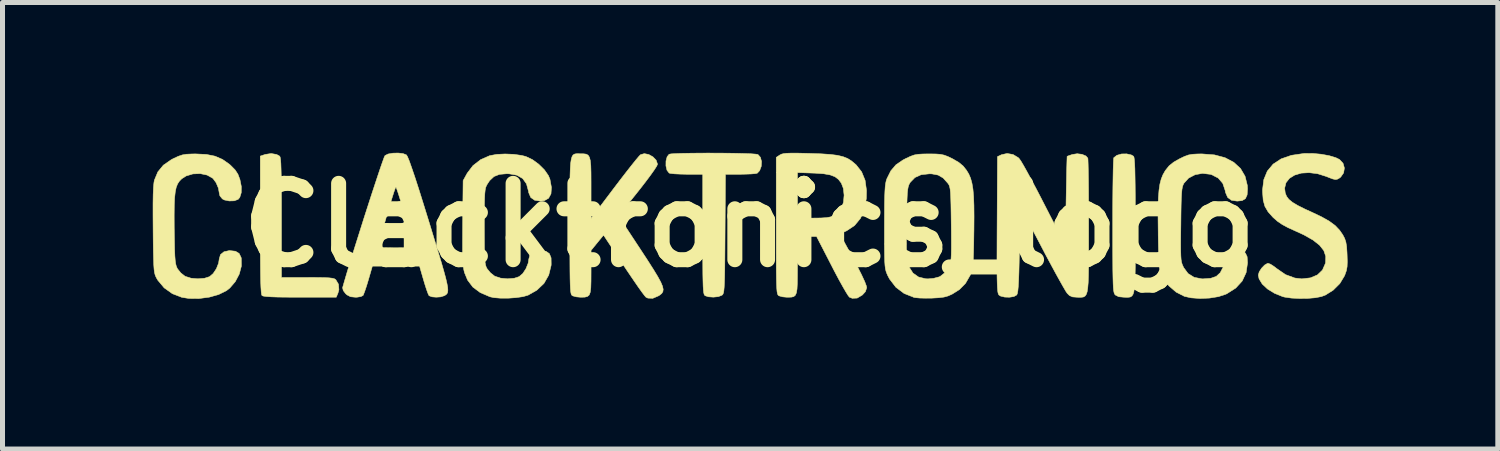
<source format=kicad_pcb>
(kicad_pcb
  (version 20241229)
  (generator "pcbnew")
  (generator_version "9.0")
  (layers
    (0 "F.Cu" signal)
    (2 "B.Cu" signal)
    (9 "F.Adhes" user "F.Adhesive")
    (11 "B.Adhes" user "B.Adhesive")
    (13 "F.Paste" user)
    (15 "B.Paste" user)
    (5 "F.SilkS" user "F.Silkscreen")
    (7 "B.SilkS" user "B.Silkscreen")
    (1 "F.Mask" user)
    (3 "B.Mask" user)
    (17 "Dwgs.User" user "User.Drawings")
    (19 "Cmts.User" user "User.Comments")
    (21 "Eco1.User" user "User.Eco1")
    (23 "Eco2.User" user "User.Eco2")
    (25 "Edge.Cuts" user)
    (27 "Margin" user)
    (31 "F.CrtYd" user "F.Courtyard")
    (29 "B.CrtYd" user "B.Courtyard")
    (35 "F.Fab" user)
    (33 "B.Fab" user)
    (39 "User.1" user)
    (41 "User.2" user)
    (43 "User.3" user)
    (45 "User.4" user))
  (footprint "Clacktronics_logo"
    (layer "F.Cu")
    (at 11.911 1.445)
    (property "Reference" "Clacktronics_logo" (at 0 0 0) (layer "F.SilkS") (effects (font (size 1.524 1.524) (thickness 0.3))))
    (attr through_hole)
    (fp_poly (pts (xy -9.438 -1.411) (xy -9.377 -1.377) (xy -9.368 -1.357) (xy -9.36 -1.311) (xy -9.354 -1.234) (xy -9.35 -1.123) (xy -9.346 -0.973) (xy -9.344 -0.78) (xy -9.342 -0.54) (xy -9.342 -0.249) (xy -9.342 -0.152) (xy -9.342 1.044) (xy -8.821 1.044) (xy -8.632 1.045) (xy -8.491 1.047) (xy -8.391 1.052) (xy -8.324 1.06) (xy -8.282 1.072) (xy -8.258 1.088) (xy -8.257 1.089) (xy -8.203 1.18) (xy -8.195 1.29) (xy -8.213 1.355) (xy -8.248 1.439) (xy -8.972 1.439) (xy -9.216 1.438) (xy -9.408 1.436) (xy -9.551 1.431) (xy -9.65 1.424) (xy -9.709 1.415) (xy -9.731 1.405) (xy -9.739 1.382) (xy -9.746 1.329) (xy -9.752 1.241) (xy -9.757 1.116) (xy -9.76 0.95) (xy -9.762 0.74) (xy -9.764 0.482) (xy -9.765 0.173) (xy -9.765 -0.003) (xy -9.765 -1.379) (xy -9.665 -1.412) (xy -9.548 -1.43) (xy -9.438 -1.411)) (stroke (width 0.01) (type solid)) (fill yes) (layer "F.SilkS"))
    (fp_poly (pts (xy 7.627 -1.401) (xy 7.669 -1.376) (xy 7.678 -1.357) (xy 7.685 -1.312) (xy 7.691 -1.237) (xy 7.696 -1.128) (xy 7.699 -0.981) (xy 7.702 -0.793) (xy 7.704 -0.56) (xy 7.704 -0.277) (xy 7.705 0.001) (xy 7.705 0.323) (xy 7.705 0.594) (xy 7.704 0.816) (xy 7.701 0.996) (xy 7.696 1.138) (xy 7.688 1.246) (xy 7.676 1.325) (xy 7.66 1.379) (xy 7.638 1.413) (xy 7.611 1.432) (xy 7.577 1.439) (xy 7.536 1.44) (xy 7.487 1.439) (xy 7.481 1.439) (xy 7.374 1.429) (xy 7.307 1.395) (xy 7.3 1.388) (xy 7.289 1.371) (xy 7.28 1.345) (xy 7.272 1.305) (xy 7.266 1.245) (xy 7.262 1.16) (xy 7.259 1.047) (xy 7.256 0.899) (xy 7.255 0.713) (xy 7.254 0.483) (xy 7.254 0.204) (xy 7.254 0.012) (xy 7.254 -0.257) (xy 7.255 -0.509) (xy 7.257 -0.738) (xy 7.26 -0.939) (xy 7.263 -1.106) (xy 7.267 -1.233) (xy 7.271 -1.315) (xy 7.275 -1.346) (xy 7.336 -1.394) (xy 7.428 -1.421) (xy 7.532 -1.423) (xy 7.627 -1.401)) (stroke (width 0.01) (type solid)) (fill yes) (layer "F.SilkS"))
    (fp_poly (pts (xy -0.626 -1.438) (xy -0.434 -1.437) (xy -0.254 -1.434) (xy -0.095 -1.43) (xy 0.035 -1.425) (xy 0.125 -1.418) (xy 0.169 -1.411) (xy 0.17 -1.411) (xy 0.22 -1.355) (xy 0.243 -1.27) (xy 0.237 -1.175) (xy 0.205 -1.089) (xy 0.158 -1.038) (xy 0.118 -1.029) (xy 0.035 -1.022) (xy -0.078 -1.018) (xy -0.175 -1.016) (xy -0.478 -1.016) (xy -0.486 0.172) (xy -0.488 0.462) (xy -0.49 0.701) (xy -0.492 0.894) (xy -0.495 1.046) (xy -0.499 1.162) (xy -0.504 1.248) (xy -0.51 1.309) (xy -0.517 1.349) (xy -0.527 1.375) (xy -0.538 1.391) (xy -0.549 1.399) (xy -0.62 1.427) (xy -0.719 1.437) (xy -0.817 1.43) (xy -0.882 1.409) (xy -0.894 1.399) (xy -0.904 1.38) (xy -0.912 1.347) (xy -0.918 1.296) (xy -0.923 1.222) (xy -0.926 1.118) (xy -0.929 0.98) (xy -0.93 0.804) (xy -0.931 0.583) (xy -0.931 0.313) (xy -0.931 0.182) (xy -0.931 -1.016) (xy -1.249 -1.016) (xy -1.38 -1.019) (xy -1.491 -1.024) (xy -1.57 -1.032) (xy -1.602 -1.04) (xy -1.645 -1.096) (xy -1.666 -1.184) (xy -1.665 -1.281) (xy -1.642 -1.366) (xy -1.603 -1.415) (xy -1.564 -1.423) (xy -1.477 -1.428) (xy -1.35 -1.433) (xy -1.194 -1.436) (xy -1.015 -1.438) (xy -0.823 -1.439) (xy -0.626 -1.438)) (stroke (width 0.01) (type solid)) (fill yes) (layer "F.SilkS"))
    (fp_poly (pts (xy 5.264 -1.41) (xy 5.369 -1.347) (xy 5.388 -1.327) (xy 5.419 -1.283) (xy 5.471 -1.196) (xy 5.541 -1.071) (xy 5.625 -0.916) (xy 5.721 -0.737) (xy 5.823 -0.541) (xy 5.884 -0.422) (xy 6.308 0.404) (xy 6.323 -0.482) (xy 6.327 -0.7) (xy 6.331 -0.898) (xy 6.334 -1.071) (xy 6.338 -1.211) (xy 6.341 -1.311) (xy 6.343 -1.366) (xy 6.344 -1.374) (xy 6.372 -1.385) (xy 6.433 -1.406) (xy 6.449 -1.411) (xy 6.544 -1.426) (xy 6.641 -1.414) (xy 6.719 -1.381) (xy 6.757 -1.337) (xy 6.76 -1.301) (xy 6.763 -1.214) (xy 6.766 -1.082) (xy 6.769 -0.911) (xy 6.771 -0.706) (xy 6.772 -0.474) (xy 6.773 -0.221) (xy 6.773 0.026) (xy 6.773 0.345) (xy 6.773 0.612) (xy 6.772 0.832) (xy 6.769 1.009) (xy 6.764 1.149) (xy 6.755 1.254) (xy 6.743 1.331) (xy 6.725 1.383) (xy 6.702 1.415) (xy 6.673 1.433) (xy 6.637 1.439) (xy 6.593 1.44) (xy 6.541 1.439) (xy 6.45 1.432) (xy 6.39 1.405) (xy 6.344 1.359) (xy 6.315 1.316) (xy 6.264 1.228) (xy 6.194 1.104) (xy 6.108 0.949) (xy 6.012 0.771) (xy 5.907 0.576) (xy 5.841 0.449) (xy 5.405 -0.381) (xy 5.39 0.483) (xy 5.386 0.74) (xy 5.381 0.946) (xy 5.375 1.106) (xy 5.368 1.226) (xy 5.36 1.309) (xy 5.35 1.363) (xy 5.339 1.391) (xy 5.338 1.393) (xy 5.281 1.425) (xy 5.193 1.439) (xy 5.097 1.436) (xy 5.015 1.416) (xy 4.983 1.395) (xy 4.973 1.38) (xy 4.964 1.353) (xy 4.957 1.311) (xy 4.952 1.249) (xy 4.948 1.161) (xy 4.945 1.044) (xy 4.944 0.891) (xy 4.943 0.699) (xy 4.944 0.463) (xy 4.945 0.178) (xy 4.946 -0.009) (xy 4.953 -1.368) (xy 5.033 -1.406) (xy 5.146 -1.431) (xy 5.264 -1.41)) (stroke (width 0.01) (type solid)) (fill yes) (layer "F.SilkS"))
    (fp_poly (pts (xy -2.01 -1.411) (xy -1.926 -1.364) (xy -1.862 -1.298) (xy -1.835 -1.221) (xy -1.834 -1.216) (xy -1.851 -1.178) (xy -1.899 -1.103) (xy -1.972 -1) (xy -2.066 -0.874) (xy -2.175 -0.733) (xy -2.224 -0.671) (xy -2.614 -0.183) (xy -2.168 0.494) (xy -2.026 0.711) (xy -1.914 0.887) (xy -1.829 1.027) (xy -1.77 1.135) (xy -1.735 1.218) (xy -1.721 1.28) (xy -1.727 1.327) (xy -1.75 1.364) (xy -1.79 1.396) (xy -1.813 1.411) (xy -1.927 1.46) (xy -2.025 1.457) (xy -2.063 1.44) (xy -2.09 1.41) (xy -2.144 1.339) (xy -2.219 1.234) (xy -2.31 1.102) (xy -2.414 0.949) (xy -2.51 0.806) (xy -2.912 0.199) (xy -3.037 0.352) (xy -3.161 0.504) (xy -3.161 0.943) (xy -3.162 1.121) (xy -3.166 1.25) (xy -3.177 1.339) (xy -3.198 1.394) (xy -3.233 1.424) (xy -3.285 1.437) (xy -3.357 1.439) (xy -3.373 1.439) (xy -3.458 1.431) (xy -3.526 1.412) (xy -3.53 1.41) (xy -3.542 1.402) (xy -3.553 1.388) (xy -3.561 1.363) (xy -3.568 1.324) (xy -3.573 1.265) (xy -3.577 1.181) (xy -3.58 1.067) (xy -3.582 0.919) (xy -3.583 0.733) (xy -3.584 0.502) (xy -3.584 0.223) (xy -3.584 0.017) (xy -3.584 -0.306) (xy -3.584 -0.577) (xy -3.583 -0.8) (xy -3.581 -0.98) (xy -3.576 -1.122) (xy -3.569 -1.231) (xy -3.557 -1.31) (xy -3.542 -1.364) (xy -3.522 -1.399) (xy -3.496 -1.417) (xy -3.464 -1.425) (xy -3.426 -1.426) (xy -3.379 -1.425) (xy -3.373 -1.425) (xy -3.306 -1.424) (xy -3.256 -1.417) (xy -3.219 -1.396) (xy -3.193 -1.355) (xy -3.176 -1.289) (xy -3.166 -1.189) (xy -3.162 -1.049) (xy -3.161 -0.864) (xy -3.161 -0.741) (xy -3.161 -0.134) (xy -2.694 -0.752) (xy -2.569 -0.916) (xy -2.453 -1.066) (xy -2.35 -1.197) (xy -2.266 -1.302) (xy -2.205 -1.374) (xy -2.173 -1.407) (xy -2.172 -1.407) (xy -2.098 -1.428) (xy -2.01 -1.411)) (stroke (width 0.01) (type solid)) (fill yes) (layer "F.SilkS"))
    (fp_poly (pts (xy -4.702 -1.414) (xy -4.543 -1.391) (xy -4.462 -1.37) (xy -4.331 -1.308) (xy -4.204 -1.215) (xy -4.092 -1.104) (xy -4.012 -0.989) (xy -3.982 -0.917) (xy -3.952 -0.753) (xy -3.961 -0.625) (xy -4.009 -0.537) (xy -4.095 -0.489) (xy -4.171 -0.48) (xy -4.288 -0.498) (xy -4.365 -0.553) (xy -4.406 -0.65) (xy -4.41 -0.677) (xy -4.45 -0.825) (xy -4.526 -0.931) (xy -4.641 -0.997) (xy -4.796 -1.025) (xy -4.844 -1.027) (xy -4.99 -1.014) (xy -5.099 -0.971) (xy -5.186 -0.889) (xy -5.235 -0.815) (xy -5.252 -0.783) (xy -5.266 -0.747) (xy -5.275 -0.698) (xy -5.282 -0.631) (xy -5.287 -0.539) (xy -5.29 -0.413) (xy -5.291 -0.247) (xy -5.292 -0.033) (xy -5.292 0.028) (xy -5.291 0.255) (xy -5.29 0.432) (xy -5.288 0.567) (xy -5.284 0.668) (xy -5.277 0.74) (xy -5.268 0.792) (xy -5.256 0.831) (xy -5.24 0.864) (xy -5.235 0.872) (xy -5.17 0.951) (xy -5.088 1.016) (xy -5.08 1.02) (xy -4.966 1.058) (xy -4.829 1.071) (xy -4.694 1.06) (xy -4.597 1.028) (xy -4.524 0.966) (xy -4.46 0.868) (xy -4.416 0.758) (xy -4.403 0.675) (xy -4.379 0.587) (xy -4.309 0.532) (xy -4.194 0.509) (xy -4.168 0.508) (xy -4.061 0.522) (xy -3.993 0.569) (xy -3.959 0.653) (xy -3.957 0.78) (xy -3.959 0.807) (xy -4.006 0.997) (xy -4.101 1.163) (xy -4.244 1.299) (xy -4.419 1.398) (xy -4.52 1.427) (xy -4.658 1.447) (xy -4.814 1.458) (xy -4.968 1.458) (xy -5.101 1.447) (xy -5.179 1.43) (xy -5.374 1.346) (xy -5.521 1.236) (xy -5.626 1.097) (xy -5.688 0.947) (xy -5.701 0.893) (xy -5.711 0.828) (xy -5.718 0.746) (xy -5.723 0.638) (xy -5.726 0.5) (xy -5.726 0.322) (xy -5.725 0.099) (xy -5.724 -0.048) (xy -5.715 -0.889) (xy -5.633 -1.038) (xy -5.519 -1.188) (xy -5.365 -1.308) (xy -5.185 -1.387) (xy -5.18 -1.388) (xy -5.044 -1.413) (xy -4.877 -1.421) (xy -4.702 -1.414)) (stroke (width 0.01) (type solid)) (fill yes) (layer "F.SilkS"))
    (fp_poly (pts (xy 0.958 -1.438) (xy 1.128 -1.434) (xy 1.207 -1.432) (xy 1.435 -1.424) (xy 1.616 -1.412) (xy 1.758 -1.394) (xy 1.87 -1.367) (xy 1.961 -1.331) (xy 2.04 -1.281) (xy 2.116 -1.217) (xy 2.132 -1.203) (xy 2.241 -1.064) (xy 2.31 -0.896) (xy 2.338 -0.694) (xy 2.335 -0.535) (xy 2.298 -0.318) (xy 2.218 -0.136) (xy 2.099 0.008) (xy 1.941 0.113) (xy 1.91 0.127) (xy 1.803 0.172) (xy 1.899 0.347) (xy 2.039 0.602) (xy 2.153 0.819) (xy 2.241 0.994) (xy 2.303 1.128) (xy 2.336 1.216) (xy 2.342 1.249) (xy 2.316 1.328) (xy 2.256 1.394) (xy 2.152 1.456) (xy 2.053 1.46) (xy 1.998 1.438) (xy 1.972 1.406) (xy 1.925 1.331) (xy 1.861 1.22) (xy 1.784 1.081) (xy 1.699 0.921) (xy 1.646 0.818) (xy 1.341 0.226) (xy 1.15 0.226) (xy 0.96 0.226) (xy 0.96 0.803) (xy 0.959 1.008) (xy 0.957 1.164) (xy 0.951 1.276) (xy 0.938 1.353) (xy 0.916 1.401) (xy 0.883 1.427) (xy 0.837 1.437) (xy 0.775 1.439) (xy 0.748 1.439) (xy 0.663 1.431) (xy 0.595 1.412) (xy 0.591 1.41) (xy 0.578 1.402) (xy 0.568 1.388) (xy 0.559 1.363) (xy 0.552 1.324) (xy 0.547 1.265) (xy 0.543 1.181) (xy 0.54 1.068) (xy 0.538 0.92) (xy 0.537 0.733) (xy 0.536 0.503) (xy 0.536 0.224) (xy 0.536 0.014) (xy 0.536 -0.141) (xy 0.96 -0.141) (xy 1.277 -0.141) (xy 1.43 -0.143) (xy 1.539 -0.15) (xy 1.617 -0.164) (xy 1.677 -0.185) (xy 1.692 -0.193) (xy 1.772 -0.254) (xy 1.836 -0.335) (xy 1.839 -0.34) (xy 1.879 -0.459) (xy 1.891 -0.598) (xy 1.876 -0.734) (xy 1.836 -0.838) (xy 1.779 -0.913) (xy 1.708 -0.967) (xy 1.613 -1.003) (xy 1.483 -1.026) (xy 1.309 -1.038) (xy 1.277 -1.039) (xy 0.96 -1.05) (xy 0.96 -0.141) (xy 0.536 -0.141) (xy 0.536 -1.353) (xy 0.607 -1.4) (xy 0.639 -1.417) (xy 0.682 -1.428) (xy 0.743 -1.435) (xy 0.832 -1.438) (xy 0.958 -1.438)) (stroke (width 0.01) (type solid)) (fill yes) (layer "F.SilkS"))
    (fp_poly (pts (xy 11.415 -1.416) (xy 11.575 -1.387) (xy 11.708 -1.347) (xy 11.781 -1.311) (xy 11.852 -1.235) (xy 11.879 -1.14) (xy 11.863 -1.043) (xy 11.805 -0.96) (xy 11.781 -0.941) (xy 11.74 -0.918) (xy 11.701 -0.911) (xy 11.648 -0.922) (xy 11.565 -0.953) (xy 11.522 -0.971) (xy 11.344 -1.027) (xy 11.175 -1.048) (xy 11.02 -1.039) (xy 10.887 -1) (xy 10.782 -0.935) (xy 10.713 -0.847) (xy 10.686 -0.739) (xy 10.698 -0.642) (xy 10.725 -0.575) (xy 10.77 -0.515) (xy 10.842 -0.456) (xy 10.947 -0.393) (xy 11.093 -0.32) (xy 11.223 -0.261) (xy 11.423 -0.166) (xy 11.577 -0.079) (xy 11.695 0.008) (xy 11.784 0.102) (xy 11.846 0.192) (xy 11.884 0.264) (xy 11.908 0.336) (xy 11.923 0.424) (xy 11.931 0.547) (xy 11.933 0.594) (xy 11.937 0.73) (xy 11.933 0.829) (xy 11.919 0.907) (xy 11.892 0.984) (xy 11.881 1.012) (xy 11.787 1.167) (xy 11.654 1.299) (xy 11.499 1.396) (xy 11.421 1.425) (xy 11.3 1.449) (xy 11.147 1.462) (xy 10.981 1.464) (xy 10.821 1.456) (xy 10.689 1.437) (xy 10.648 1.427) (xy 10.483 1.36) (xy 10.344 1.274) (xy 10.239 1.176) (xy 10.176 1.073) (xy 10.16 0.997) (xy 10.179 0.932) (xy 10.226 0.859) (xy 10.286 0.797) (xy 10.343 0.764) (xy 10.355 0.762) (xy 10.403 0.779) (xy 10.473 0.824) (xy 10.52 0.861) (xy 10.702 0.987) (xy 10.89 1.056) (xy 11.029 1.072) (xy 11.202 1.052) (xy 11.341 0.993) (xy 11.441 0.897) (xy 11.498 0.767) (xy 11.503 0.747) (xy 11.507 0.623) (xy 11.468 0.508) (xy 11.384 0.401) (xy 11.252 0.297) (xy 11.068 0.193) (xy 10.911 0.121) (xy 10.754 0.05) (xy 10.636 -0.014) (xy 10.542 -0.078) (xy 10.458 -0.152) (xy 10.452 -0.158) (xy 10.355 -0.267) (xy 10.292 -0.375) (xy 10.258 -0.498) (xy 10.246 -0.655) (xy 10.245 -0.706) (xy 10.27 -0.908) (xy 10.34 -1.079) (xy 10.456 -1.218) (xy 10.616 -1.323) (xy 10.82 -1.394) (xy 11.065 -1.43) (xy 11.077 -1.431) (xy 11.244 -1.432) (xy 11.415 -1.416)) (stroke (width 0.01) (type solid)) (fill yes) (layer "F.SilkS"))
    (fp_poly (pts (xy 9.284 -1.403) (xy 9.495 -1.347) (xy 9.67 -1.255) (xy 9.805 -1.131) (xy 9.896 -0.976) (xy 9.941 -0.794) (xy 9.945 -0.724) (xy 9.937 -0.604) (xy 9.903 -0.529) (xy 9.837 -0.49) (xy 9.738 -0.48) (xy 9.624 -0.497) (xy 9.549 -0.553) (xy 9.506 -0.652) (xy 9.498 -0.695) (xy 9.451 -0.834) (xy 9.36 -0.94) (xy 9.228 -1.008) (xy 9.204 -1.015) (xy 9.046 -1.034) (xy 8.897 -1.007) (xy 8.769 -0.94) (xy 8.675 -0.836) (xy 8.659 -0.804) (xy 8.646 -0.765) (xy 8.636 -0.711) (xy 8.629 -0.636) (xy 8.623 -0.531) (xy 8.619 -0.391) (xy 8.616 -0.207) (xy 8.614 -0.014) (xy 8.611 0.209) (xy 8.61 0.383) (xy 8.611 0.515) (xy 8.614 0.614) (xy 8.619 0.686) (xy 8.628 0.74) (xy 8.641 0.783) (xy 8.658 0.821) (xy 8.67 0.847) (xy 8.759 0.967) (xy 8.88 1.042) (xy 9.034 1.072) (xy 9.062 1.072) (xy 9.211 1.061) (xy 9.321 1.023) (xy 9.401 0.949) (xy 9.461 0.832) (xy 9.497 0.715) (xy 9.529 0.609) (xy 9.565 0.547) (xy 9.618 0.517) (xy 9.701 0.509) (xy 9.724 0.508) (xy 9.834 0.519) (xy 9.902 0.556) (xy 9.937 0.63) (xy 9.945 0.747) (xy 9.945 0.754) (xy 9.917 0.948) (xy 9.839 1.115) (xy 9.711 1.255) (xy 9.534 1.368) (xy 9.511 1.379) (xy 9.365 1.427) (xy 9.186 1.456) (xy 8.997 1.464) (xy 8.818 1.451) (xy 8.684 1.421) (xy 8.52 1.337) (xy 8.374 1.211) (xy 8.263 1.058) (xy 8.239 1.01) (xy 8.218 0.961) (xy 8.202 0.913) (xy 8.19 0.857) (xy 8.181 0.786) (xy 8.175 0.691) (xy 8.17 0.566) (xy 8.166 0.401) (xy 8.162 0.188) (xy 8.162 0.15) (xy 8.159 -0.13) (xy 8.16 -0.36) (xy 8.166 -0.548) (xy 8.178 -0.699) (xy 8.196 -0.821) (xy 8.222 -0.921) (xy 8.256 -1.006) (xy 8.299 -1.082) (xy 8.307 -1.094) (xy 8.38 -1.185) (xy 8.471 -1.258) (xy 8.587 -1.324) (xy 8.684 -1.371) (xy 8.762 -1.4) (xy 8.843 -1.415) (xy 8.947 -1.421) (xy 9.038 -1.422) (xy 9.284 -1.403)) (stroke (width 0.01) (type solid)) (fill yes) (layer "F.SilkS"))
    (fp_poly (pts (xy -10.841 -1.412) (xy -10.668 -1.377) (xy -10.52 -1.313) (xy -10.383 -1.217) (xy -10.358 -1.195) (xy -10.268 -1.104) (xy -10.211 -1.017) (xy -10.171 -0.911) (xy -10.171 -0.911) (xy -10.143 -0.77) (xy -10.145 -0.647) (xy -10.174 -0.554) (xy -10.207 -0.515) (xy -10.285 -0.486) (xy -10.385 -0.483) (xy -10.481 -0.503) (xy -10.521 -0.524) (xy -10.571 -0.585) (xy -10.583 -0.638) (xy -10.601 -0.74) (xy -10.647 -0.848) (xy -10.708 -0.931) (xy -10.713 -0.936) (xy -10.826 -1) (xy -10.964 -1.029) (xy -11.11 -1.023) (xy -11.246 -0.982) (xy -11.333 -0.926) (xy -11.379 -0.879) (xy -11.415 -0.825) (xy -11.443 -0.755) (xy -11.462 -0.664) (xy -11.475 -0.545) (xy -11.482 -0.392) (xy -11.484 -0.196) (xy -11.483 0.047) (xy -11.482 0.113) (xy -11.478 0.326) (xy -11.475 0.49) (xy -11.47 0.614) (xy -11.463 0.704) (xy -11.454 0.769) (xy -11.442 0.817) (xy -11.426 0.855) (xy -11.415 0.875) (xy -11.351 0.954) (xy -11.27 1.018) (xy -11.26 1.023) (xy -11.147 1.059) (xy -11.011 1.071) (xy -10.877 1.06) (xy -10.777 1.028) (xy -10.705 0.966) (xy -10.64 0.868) (xy -10.597 0.758) (xy -10.584 0.675) (xy -10.559 0.588) (xy -10.489 0.531) (xy -10.384 0.508) (xy -10.375 0.508) (xy -10.26 0.521) (xy -10.187 0.565) (xy -10.148 0.644) (xy -10.144 0.664) (xy -10.142 0.817) (xy -10.184 0.976) (xy -10.264 1.128) (xy -10.374 1.256) (xy -10.44 1.308) (xy -10.596 1.385) (xy -10.785 1.438) (xy -10.99 1.465) (xy -11.192 1.463) (xy -11.331 1.441) (xy -11.52 1.368) (xy -11.684 1.251) (xy -11.811 1.099) (xy -11.835 1.058) (xy -11.852 1.024) (xy -11.866 0.987) (xy -11.877 0.941) (xy -11.885 0.88) (xy -11.891 0.796) (xy -11.895 0.683) (xy -11.899 0.534) (xy -11.902 0.342) (xy -11.904 0.101) (xy -11.904 0.085) (xy -11.906 -0.201) (xy -11.906 -0.433) (xy -11.903 -0.616) (xy -11.897 -0.753) (xy -11.888 -0.848) (xy -11.879 -0.897) (xy -11.81 -1.063) (xy -11.7 -1.197) (xy -11.543 -1.306) (xy -11.5 -1.329) (xy -11.403 -1.374) (xy -11.322 -1.402) (xy -11.238 -1.416) (xy -11.129 -1.421) (xy -11.054 -1.422) (xy -10.841 -1.412)) (stroke (width 0.01) (type solid)) (fill yes) (layer "F.SilkS"))
    (fp_poly (pts (xy -6.915 -1.429) (xy -6.846 -1.402) (xy -6.825 -1.366) (xy -6.789 -1.279) (xy -6.74 -1.14) (xy -6.675 -0.949) (xy -6.596 -0.705) (xy -6.503 -0.408) (xy -6.394 -0.057) (xy -6.39 -0.044) (xy -6.296 0.264) (xy -6.217 0.524) (xy -6.152 0.738) (xy -6.102 0.912) (xy -6.064 1.051) (xy -6.039 1.158) (xy -6.024 1.239) (xy -6.02 1.298) (xy -6.024 1.339) (xy -6.037 1.368) (xy -6.057 1.388) (xy -6.084 1.405) (xy -6.095 1.41) (xy -6.165 1.432) (xy -6.253 1.438) (xy -6.336 1.431) (xy -6.392 1.41) (xy -6.398 1.404) (xy -6.417 1.363) (xy -6.447 1.281) (xy -6.482 1.172) (xy -6.505 1.094) (xy -6.585 0.818) (xy -7.527 0.818) (xy -7.607 1.094) (xy -7.643 1.213) (xy -7.677 1.314) (xy -7.703 1.383) (xy -7.713 1.404) (xy -7.756 1.426) (xy -7.831 1.438) (xy -7.865 1.439) (xy -7.963 1.429) (xy -8.035 1.391) (xy -8.062 1.367) (xy -8.108 1.305) (xy -8.121 1.251) (xy -8.121 1.247) (xy -8.085 1.121) (xy -8.038 0.961) (xy -7.981 0.773) (xy -7.916 0.563) (xy -7.872 0.422) (xy -7.413 0.422) (xy -7.399 0.436) (xy -7.359 0.445) (xy -7.287 0.449) (xy -7.172 0.451) (xy -7.054 0.452) (xy -6.897 0.45) (xy -6.789 0.446) (xy -6.725 0.438) (xy -6.697 0.426) (xy -6.696 0.416) (xy -6.707 0.38) (xy -6.732 0.297) (xy -6.767 0.178) (xy -6.811 0.03) (xy -6.86 -0.138) (xy -6.875 -0.19) (xy -6.925 -0.36) (xy -6.971 -0.51) (xy -7.009 -0.631) (xy -7.038 -0.717) (xy -7.055 -0.759) (xy -7.058 -0.762) (xy -7.07 -0.736) (xy -7.096 -0.664) (xy -7.131 -0.554) (xy -7.174 -0.413) (xy -7.223 -0.25) (xy -7.236 -0.205) (xy -7.285 -0.034) (xy -7.33 0.121) (xy -7.368 0.251) (xy -7.395 0.346) (xy -7.41 0.398) (xy -7.412 0.402) (xy -7.413 0.422) (xy -7.872 0.422) (xy -7.845 0.337) (xy -7.771 0.102) (xy -7.696 -0.136) (xy -7.62 -0.371) (xy -7.548 -0.595) (xy -7.479 -0.804) (xy -7.417 -0.991) (xy -7.364 -1.149) (xy -7.321 -1.272) (xy -7.291 -1.355) (xy -7.275 -1.389) (xy -7.275 -1.389) (xy -7.214 -1.42) (xy -7.12 -1.437) (xy -7.013 -1.44) (xy -6.915 -1.429)) (stroke (width 0.01) (type solid)) (fill yes) (layer "F.SilkS"))
    (fp_poly (pts (xy 3.719 -1.421) (xy 3.813 -1.414) (xy 3.889 -1.398) (xy 3.965 -1.369) (xy 4.056 -1.325) (xy 4.18 -1.253) (xy 4.269 -1.179) (xy 4.336 -1.094) (xy 4.381 -1.019) (xy 4.416 -0.937) (xy 4.443 -0.84) (xy 4.463 -0.722) (xy 4.476 -0.576) (xy 4.483 -0.395) (xy 4.485 -0.172) (xy 4.483 0.099) (xy 4.482 0.15) (xy 4.479 0.37) (xy 4.475 0.543) (xy 4.47 0.674) (xy 4.464 0.773) (xy 4.455 0.847) (xy 4.444 0.903) (xy 4.429 0.951) (xy 4.409 0.998) (xy 4.407 1.002) (xy 4.314 1.163) (xy 4.194 1.285) (xy 4.05 1.376) (xy 3.968 1.413) (xy 3.884 1.436) (xy 3.781 1.449) (xy 3.641 1.457) (xy 3.513 1.458) (xy 3.397 1.455) (xy 3.312 1.447) (xy 3.288 1.443) (xy 3.088 1.363) (xy 2.925 1.24) (xy 2.798 1.075) (xy 2.76 1.002) (xy 2.742 0.96) (xy 2.727 0.918) (xy 2.716 0.871) (xy 2.708 0.81) (xy 2.702 0.729) (xy 2.699 0.621) (xy 2.697 0.479) (xy 2.696 0.376) (xy 3.135 0.376) (xy 3.136 0.51) (xy 3.139 0.61) (xy 3.145 0.684) (xy 3.154 0.74) (xy 3.167 0.785) (xy 3.184 0.827) (xy 3.185 0.831) (xy 3.266 0.957) (xy 3.378 1.036) (xy 3.523 1.071) (xy 3.57 1.072) (xy 3.678 1.062) (xy 3.781 1.035) (xy 3.81 1.023) (xy 3.909 0.944) (xy 3.973 0.847) (xy 3.993 0.807) (xy 4.008 0.767) (xy 4.019 0.722) (xy 4.027 0.662) (xy 4.031 0.58) (xy 4.033 0.47) (xy 4.033 0.323) (xy 4.032 0.131) (xy 4.03 -0.019) (xy 4.027 -0.244) (xy 4.024 -0.419) (xy 4.02 -0.551) (xy 4.015 -0.649) (xy 4.008 -0.718) (xy 3.998 -0.767) (xy 3.986 -0.801) (xy 3.969 -0.828) (xy 3.963 -0.836) (xy 3.869 -0.941) (xy 3.768 -1) (xy 3.643 -1.024) (xy 3.591 -1.025) (xy 3.429 -1.007) (xy 3.305 -0.951) (xy 3.211 -0.854) (xy 3.2 -0.836) (xy 3.184 -0.804) (xy 3.171 -0.764) (xy 3.161 -0.71) (xy 3.153 -0.634) (xy 3.148 -0.528) (xy 3.144 -0.386) (xy 3.14 -0.201) (xy 3.138 -0.022) (xy 3.136 0.201) (xy 3.135 0.376) (xy 2.696 0.376) (xy 2.696 0.295) (xy 2.696 0.063) (xy 2.696 0.028) (xy 2.697 -0.217) (xy 2.698 -0.413) (xy 2.701 -0.566) (xy 2.706 -0.683) (xy 2.712 -0.771) (xy 2.721 -0.837) (xy 2.732 -0.888) (xy 2.746 -0.929) (xy 2.824 -1.085) (xy 2.925 -1.204) (xy 3.065 -1.3) (xy 3.122 -1.33) (xy 3.214 -1.373) (xy 3.291 -1.401) (xy 3.37 -1.415) (xy 3.471 -1.421) (xy 3.586 -1.422) (xy 3.719 -1.421)) (stroke (width 0.01) (type solid)) (fill yes) (layer "F.SilkS")))
  (gr_rect
    (start -3 -3)
    (end 26.853 5.915)
    (stroke (width 0.1) (type default))
    (fill no)
    (layer "Edge.Cuts")))
</source>
